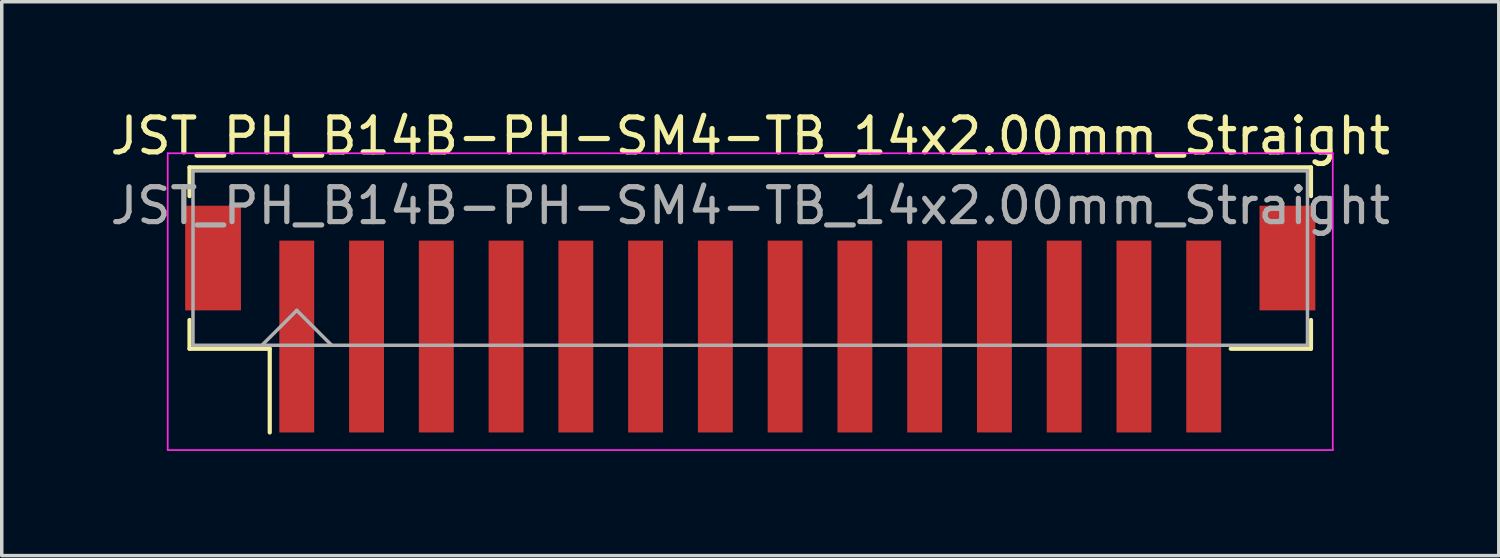
<source format=kicad_pcb>
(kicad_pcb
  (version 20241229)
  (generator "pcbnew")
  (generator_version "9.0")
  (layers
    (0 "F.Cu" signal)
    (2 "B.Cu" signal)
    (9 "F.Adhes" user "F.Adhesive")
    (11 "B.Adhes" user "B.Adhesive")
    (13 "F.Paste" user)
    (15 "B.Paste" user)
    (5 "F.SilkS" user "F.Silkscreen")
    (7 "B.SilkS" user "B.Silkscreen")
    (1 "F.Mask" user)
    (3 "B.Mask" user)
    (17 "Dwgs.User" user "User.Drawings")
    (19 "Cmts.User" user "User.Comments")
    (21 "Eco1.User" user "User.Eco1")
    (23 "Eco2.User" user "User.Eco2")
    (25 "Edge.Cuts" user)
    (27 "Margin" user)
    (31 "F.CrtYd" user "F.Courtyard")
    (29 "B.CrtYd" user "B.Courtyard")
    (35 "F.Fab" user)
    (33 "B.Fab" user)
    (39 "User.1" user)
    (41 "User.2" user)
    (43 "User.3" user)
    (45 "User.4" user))
  (footprint "JST_PH_B14B-PH-SM4-TB_14x2.00mm_Straight"
    (layer "F.Cu")
    (at 18.458 5.473)
    (property "Reference" "JST_PH_B14B-PH-SM4-TB_14x2.00mm_Straight" (at 0 -4.625 0) (layer "F.SilkS") (effects (font (size 1 1) (thickness 0.15))))
    (attr smd)
    (fp_line (start -16.075 -3.725) (end 16.075 -3.725) (stroke (width 0.12) (type solid)) (layer "F.SilkS"))
    (fp_line (start -16.075 -2.9) (end -16.075 -3.725) (stroke (width 0.12) (type solid)) (layer "F.SilkS"))
    (fp_line (start -16.075 0.65) (end -16.075 1.475) (stroke (width 0.12) (type solid)) (layer "F.SilkS"))
    (fp_line (start -16.075 1.475) (end -13.775 1.475) (stroke (width 0.12) (type solid)) (layer "F.SilkS"))
    (fp_line (start -13.775 1.475) (end -13.775 3.875) (stroke (width 0.12) (type solid)) (layer "F.SilkS"))
    (fp_line (start 16.075 -3.725) (end 16.075 -2.9) (stroke (width 0.12) (type solid)) (layer "F.SilkS"))
    (fp_line (start 16.075 0.65) (end 16.075 1.475) (stroke (width 0.12) (type solid)) (layer "F.SilkS"))
    (fp_line (start 16.075 1.475) (end 13.775 1.475) (stroke (width 0.12) (type solid)) (layer "F.SilkS"))
    (fp_line (start -16.7 -4.13) (end -16.7 4.38) (stroke (width 0.05) (type solid)) (layer "F.CrtYd"))
    (fp_line (start -16.7 4.38) (end 16.7 4.38) (stroke (width 0.05) (type solid)) (layer "F.CrtYd"))
    (fp_line (start 16.7 -4.13) (end -16.7 -4.13) (stroke (width 0.05) (type solid)) (layer "F.CrtYd"))
    (fp_line (start 16.7 4.38) (end 16.7 -4.13) (stroke (width 0.05) (type solid)) (layer "F.CrtYd"))
    (fp_line (start -15.975 -3.625) (end -15.975 1.375) (stroke (width 0.1) (type solid)) (layer "F.Fab"))
    (fp_line (start -15.975 1.375) (end 15.975 1.375) (stroke (width 0.1) (type solid)) (layer "F.Fab"))
    (fp_line (start -14 1.375) (end -13 0.375) (stroke (width 0.1) (type solid)) (layer "F.Fab"))
    (fp_line (start -13 0.375) (end -12 1.375) (stroke (width 0.1) (type solid)) (layer "F.Fab"))
    (fp_line (start 15.975 -3.625) (end -15.975 -3.625) (stroke (width 0.1) (type solid)) (layer "F.Fab"))
    (fp_line (start 15.975 1.375) (end 15.975 -3.625) (stroke (width 0.1) (type solid)) (layer "F.Fab"))
    (fp_text user "${REFERENCE}" (at 0 -2.625 0) (layer "F.Fab") (effects (font (size 1 1) (thickness 0.15))))
    (pad "" smd rect (at -15.4 -1.125) (size 1.6 3) (layers "F.Cu" "F.Mask" "F.Paste"))
    (pad "" smd rect (at 15.4 -1.125) (size 1.6 3) (layers "F.Cu" "F.Mask" "F.Paste"))
    (pad "1" smd rect (at -13 1.125) (size 1 5.5) (layers "F.Cu" "F.Mask" "F.Paste"))
    (pad "2" smd rect (at -11 1.125) (size 1 5.5) (layers "F.Cu" "F.Mask" "F.Paste"))
    (pad "3" smd rect (at -9 1.125) (size 1 5.5) (layers "F.Cu" "F.Mask" "F.Paste"))
    (pad "4" smd rect (at -7 1.125) (size 1 5.5) (layers "F.Cu" "F.Mask" "F.Paste"))
    (pad "5" smd rect (at -5 1.125) (size 1 5.5) (layers "F.Cu" "F.Mask" "F.Paste"))
    (pad "6" smd rect (at -3 1.125) (size 1 5.5) (layers "F.Cu" "F.Mask" "F.Paste"))
    (pad "7" smd rect (at -1 1.125) (size 1 5.5) (layers "F.Cu" "F.Mask" "F.Paste"))
    (pad "8" smd rect (at 1 1.125) (size 1 5.5) (layers "F.Cu" "F.Mask" "F.Paste"))
    (pad "9" smd rect (at 3 1.125) (size 1 5.5) (layers "F.Cu" "F.Mask" "F.Paste"))
    (pad "10" smd rect (at 5 1.125) (size 1 5.5) (layers "F.Cu" "F.Mask" "F.Paste"))
    (pad "11" smd rect (at 7 1.125) (size 1 5.5) (layers "F.Cu" "F.Mask" "F.Paste"))
    (pad "12" smd rect (at 9 1.125) (size 1 5.5) (layers "F.Cu" "F.Mask" "F.Paste"))
    (pad "13" smd rect (at 11 1.125) (size 1 5.5) (layers "F.Cu" "F.Mask" "F.Paste"))
    (pad "14" smd rect (at 13 1.125) (size 1 5.5) (layers "F.Cu" "F.Mask" "F.Paste")))
  (gr_rect
    (start -3 -3)
    (end 39.917 12.878)
    (stroke (width 0.1) (type default))
    (fill no)
    (layer "Edge.Cuts")))
</source>
